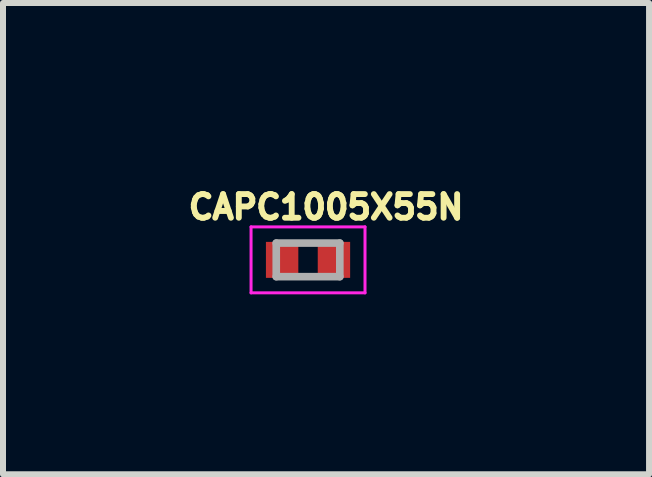
<source format=kicad_pcb>
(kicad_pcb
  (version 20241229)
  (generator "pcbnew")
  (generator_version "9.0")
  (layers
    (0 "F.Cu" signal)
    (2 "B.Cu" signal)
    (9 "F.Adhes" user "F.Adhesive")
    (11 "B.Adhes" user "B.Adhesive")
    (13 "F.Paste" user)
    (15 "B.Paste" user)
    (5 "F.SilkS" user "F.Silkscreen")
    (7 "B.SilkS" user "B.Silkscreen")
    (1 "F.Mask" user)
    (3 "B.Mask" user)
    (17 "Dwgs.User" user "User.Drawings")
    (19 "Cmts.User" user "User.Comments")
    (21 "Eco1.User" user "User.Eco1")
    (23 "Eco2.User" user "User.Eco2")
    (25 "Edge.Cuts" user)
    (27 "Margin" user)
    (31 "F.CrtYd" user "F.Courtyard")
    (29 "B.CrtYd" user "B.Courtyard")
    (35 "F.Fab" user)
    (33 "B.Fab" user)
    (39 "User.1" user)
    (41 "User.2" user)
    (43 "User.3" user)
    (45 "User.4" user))
  (footprint "CAPC1005X55N"
    (layer "F.Cu")
    (at 2.086 1.283)
    (property "Reference" "CAPC1005X55N" (at 0.3 -0.88 0) (layer "F.SilkS") (effects (font (size 0.394 0.394) (thickness 0.098))))
    (attr smd)
    (fp_line (start -0.95 -0.55) (end 0.95 -0.55) (stroke (width 0.05) (type solid)) (layer "F.CrtYd"))
    (fp_line (start -0.95 0.55) (end -0.95 -0.55) (stroke (width 0.05) (type solid)) (layer "F.CrtYd"))
    (fp_line (start -0.95 0.55) (end 0.95 0.55) (stroke (width 0.05) (type solid)) (layer "F.CrtYd"))
    (fp_line (start 0.95 0.55) (end 0.95 -0.55) (stroke (width 0.05) (type solid)) (layer "F.CrtYd"))
    (fp_line (start -0.53 0.28) (end -0.53 -0.28) (stroke (width 0.127) (type solid)) (layer "F.Fab"))
    (fp_line (start 0.53 -0.28) (end -0.53 -0.28) (stroke (width 0.127) (type solid)) (layer "F.Fab"))
    (fp_line (start 0.53 0.28) (end -0.53 0.28) (stroke (width 0.127) (type solid)) (layer "F.Fab"))
    (fp_line (start 0.53 0.28) (end 0.53 -0.28) (stroke (width 0.127) (type solid)) (layer "F.Fab"))
    (pad "1" smd rect (at -0.432 0) (size 0.54 0.6) (layers "F.Cu" "F.Mask" "F.Paste"))
    (pad "2" smd rect (at 0.432 0) (size 0.54 0.6) (layers "F.Cu" "F.Mask" "F.Paste")))
  (gr_rect
    (start -3 -3)
    (end 7.772 4.858)
    (stroke (width 0.1) (type default))
    (fill no)
    (layer "Edge.Cuts")))
</source>
